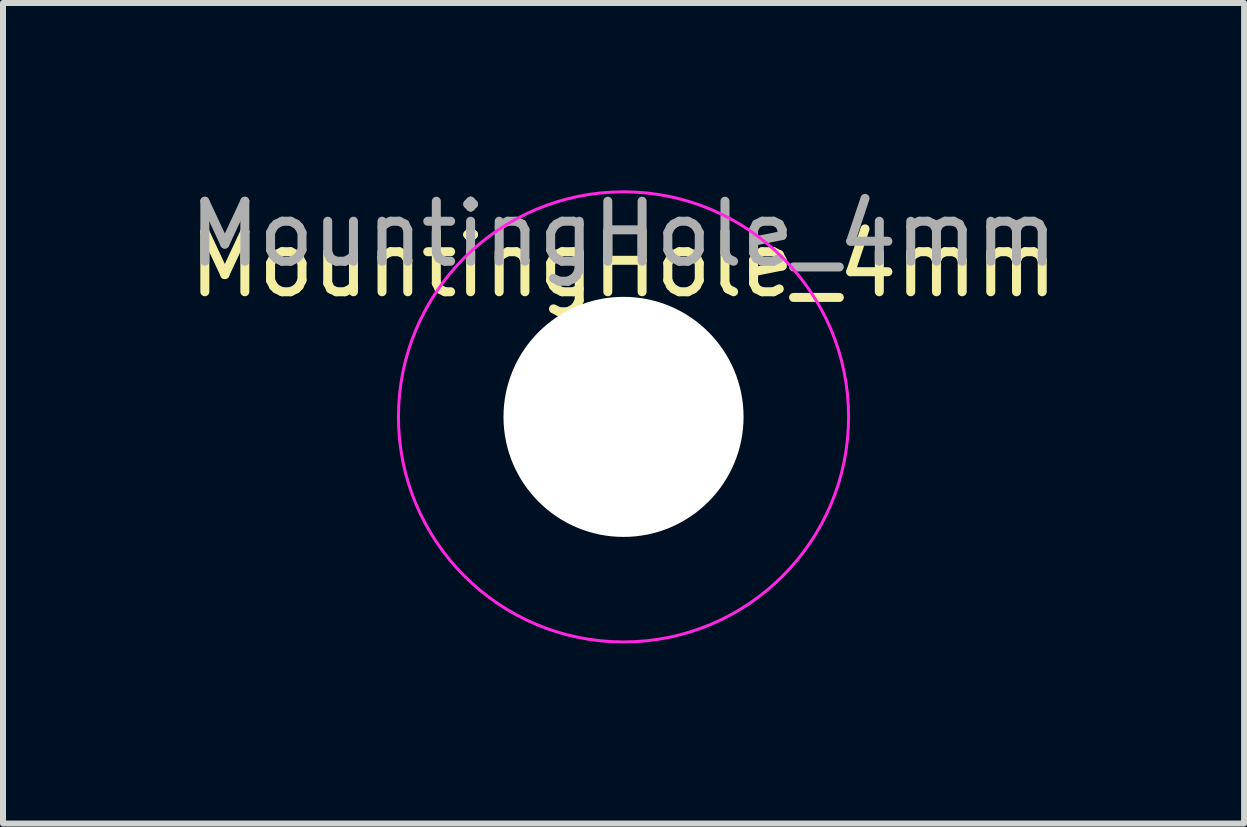
<source format=kicad_pcb>
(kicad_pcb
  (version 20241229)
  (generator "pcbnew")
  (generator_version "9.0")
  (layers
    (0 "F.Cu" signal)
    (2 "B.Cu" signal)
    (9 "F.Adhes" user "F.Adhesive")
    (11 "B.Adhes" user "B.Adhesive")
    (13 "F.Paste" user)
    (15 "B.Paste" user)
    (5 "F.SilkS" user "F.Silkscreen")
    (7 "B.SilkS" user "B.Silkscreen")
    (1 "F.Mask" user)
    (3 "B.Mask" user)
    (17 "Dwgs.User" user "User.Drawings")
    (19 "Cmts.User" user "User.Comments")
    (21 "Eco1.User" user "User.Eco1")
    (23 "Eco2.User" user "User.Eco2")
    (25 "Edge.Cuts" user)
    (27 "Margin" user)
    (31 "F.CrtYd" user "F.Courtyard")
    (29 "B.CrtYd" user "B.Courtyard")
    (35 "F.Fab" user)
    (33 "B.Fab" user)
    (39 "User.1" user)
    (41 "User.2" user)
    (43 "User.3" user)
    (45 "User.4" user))
  (footprint "MountingHole_4mm"
    (layer "F.Cu")
    (at 7.339 3.896)
    (property "Reference" "MountingHole_4mm" (at 0 -2.54 0) (unlocked yes) (layer "F.SilkS") (effects (font (size 1 1) (thickness 0.15))))
    (attr exclude_from_pos_files)
    (fp_circle (center 0 0) (end 3.75 0) (stroke (width 0.05) (type solid)) (fill no) (layer "F.CrtYd"))
    (fp_text user "${REFERENCE}" (at 0 -3.048 0) (unlocked yes) (layer "F.Fab") (effects (font (size 1 1) (thickness 0.15))))
    (pad "" np_thru_hole circle (at 0 0) (size 4 4) (drill 4) (layers "*.Cu" "*.Mask")))
  (gr_rect
    (start -3 -3)
    (end 17.679 10.671)
    (stroke (width 0.1) (type default))
    (fill no)
    (layer "Edge.Cuts")))
</source>
